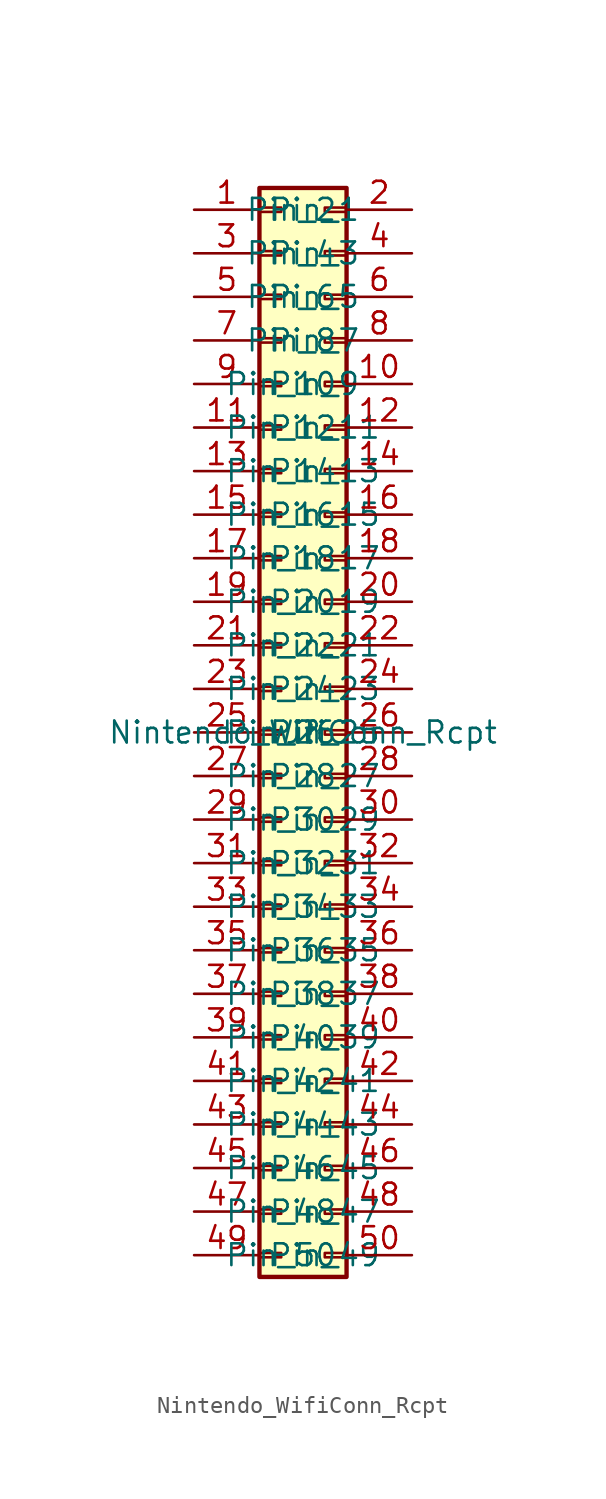
<source format=kicad_sym>
(kicad_symbol_lib
  (version 20231120)
  (generator "kicad_symbol_editor")
  (generator_version "8.0")
  (symbol "Nintendo_WifiConn_Rcpt"
    (property "Reference" "J"
      (at 0 0 0)
      (effects (font (size 1.27 1.27))))
    (property "Value" "Nintendo_WifiConn_Rcpt"
      (at 0 0 0)
      (effects (font (size 1.27 1.27))))
    (symbol "Nintendo_WifiConn_Rcpt_1_1"
      (rectangle (start -2.54 -30.353) (end -1.27 -30.607) (stroke (width 0.152) (type default)) (fill (type none)))
      (rectangle (start -2.54 -27.813) (end -1.27 -28.067) (stroke (width 0.152) (type default)) (fill (type none)))
      (rectangle (start -2.54 -25.273) (end -1.27 -25.527) (stroke (width 0.152) (type default)) (fill (type none)))
      (rectangle (start -2.54 -22.733) (end -1.27 -22.987) (stroke (width 0.152) (type default)) (fill (type none)))
      (rectangle (start -2.54 -20.193) (end -1.27 -20.447) (stroke (width 0.152) (type default)) (fill (type none)))
      (rectangle (start -2.54 -17.653) (end -1.27 -17.907) (stroke (width 0.152) (type default)) (fill (type none)))
      (rectangle (start -2.54 -15.113) (end -1.27 -15.367) (stroke (width 0.152) (type default)) (fill (type none)))
      (rectangle (start -2.54 -12.573) (end -1.27 -12.827) (stroke (width 0.152) (type default)) (fill (type none)))
      (rectangle (start -2.54 -10.033) (end -1.27 -10.287) (stroke (width 0.152) (type default)) (fill (type none)))
      (rectangle (start -2.54 -7.493) (end -1.27 -7.747) (stroke (width 0.152) (type default)) (fill (type none)))
      (rectangle (start -2.54 -4.953) (end -1.27 -5.207) (stroke (width 0.152) (type default)) (fill (type none)))
      (rectangle (start -2.54 -2.413) (end -1.27 -2.667) (stroke (width 0.152) (type default)) (fill (type none)))
      (rectangle (start -2.54 0.127) (end -1.27 -0.127) (stroke (width 0.152) (type default)) (fill (type none)))
      (rectangle (start -2.54 2.667) (end -1.27 2.413) (stroke (width 0.152) (type default)) (fill (type none)))
      (rectangle (start -2.54 5.207) (end -1.27 4.953) (stroke (width 0.152) (type default)) (fill (type none)))
      (rectangle (start -2.54 7.747) (end -1.27 7.493) (stroke (width 0.152) (type default)) (fill (type none)))
      (rectangle (start -2.54 10.287) (end -1.27 10.033) (stroke (width 0.152) (type default)) (fill (type none)))
      (rectangle (start -2.54 12.827) (end -1.27 12.573) (stroke (width 0.152) (type default)) (fill (type none)))
      (rectangle (start -2.54 15.367) (end -1.27 15.113) (stroke (width 0.152) (type default)) (fill (type none)))
      (rectangle (start -2.54 17.907) (end -1.27 17.653) (stroke (width 0.152) (type default)) (fill (type none)))
      (rectangle (start -2.54 20.447) (end -1.27 20.193) (stroke (width 0.152) (type default)) (fill (type none)))
      (rectangle (start -2.54 22.987) (end -1.27 22.733) (stroke (width 0.152) (type default)) (fill (type none)))
      (rectangle (start -2.54 25.527) (end -1.27 25.273) (stroke (width 0.152) (type default)) (fill (type none)))
      (rectangle (start -2.54 28.067) (end -1.27 27.813) (stroke (width 0.152) (type default)) (fill (type none)))
      (rectangle (start -2.54 30.607) (end -1.27 30.353) (stroke (width 0.152) (type default)) (fill (type none)))
      (rectangle (start -2.54 31.75) (end 2.54 -31.75) (stroke (width 0.254) (type default)) (fill (type background)))
      (rectangle (start 2.54 -30.353) (end 1.27 -30.607) (stroke (width 0.152) (type default)) (fill (type none)))
      (rectangle (start 2.54 -27.813) (end 1.27 -28.067) (stroke (width 0.152) (type default)) (fill (type none)))
      (rectangle (start 2.54 -25.273) (end 1.27 -25.527) (stroke (width 0.152) (type default)) (fill (type none)))
      (rectangle (start 2.54 -22.733) (end 1.27 -22.987) (stroke (width 0.152) (type default)) (fill (type none)))
      (rectangle (start 2.54 -20.193) (end 1.27 -20.447) (stroke (width 0.152) (type default)) (fill (type none)))
      (rectangle (start 2.54 -17.653) (end 1.27 -17.907) (stroke (width 0.152) (type default)) (fill (type none)))
      (rectangle (start 2.54 -15.113) (end 1.27 -15.367) (stroke (width 0.152) (type default)) (fill (type none)))
      (rectangle (start 2.54 -12.573) (end 1.27 -12.827) (stroke (width 0.152) (type default)) (fill (type none)))
      (rectangle (start 2.54 -10.033) (end 1.27 -10.287) (stroke (width 0.152) (type default)) (fill (type none)))
      (rectangle (start 2.54 -7.493) (end 1.27 -7.747) (stroke (width 0.152) (type default)) (fill (type none)))
      (rectangle (start 2.54 -4.953) (end 1.27 -5.207) (stroke (width 0.152) (type default)) (fill (type none)))
      (rectangle (start 2.54 -2.413) (end 1.27 -2.667) (stroke (width 0.152) (type default)) (fill (type none)))
      (rectangle (start 2.54 0.127) (end 1.27 -0.127) (stroke (width 0.152) (type default)) (fill (type none)))
      (rectangle (start 2.54 2.667) (end 1.27 2.413) (stroke (width 0.152) (type default)) (fill (type none)))
      (rectangle (start 2.54 5.207) (end 1.27 4.953) (stroke (width 0.152) (type default)) (fill (type none)))
      (rectangle (start 2.54 7.747) (end 1.27 7.493) (stroke (width 0.152) (type default)) (fill (type none)))
      (rectangle (start 2.54 10.287) (end 1.27 10.033) (stroke (width 0.152) (type default)) (fill (type none)))
      (rectangle (start 2.54 12.827) (end 1.27 12.573) (stroke (width 0.152) (type default)) (fill (type none)))
      (rectangle (start 2.54 15.367) (end 1.27 15.113) (stroke (width 0.152) (type default)) (fill (type none)))
      (rectangle (start 2.54 17.907) (end 1.27 17.653) (stroke (width 0.152) (type default)) (fill (type none)))
      (rectangle (start 2.54 20.447) (end 1.27 20.193) (stroke (width 0.152) (type default)) (fill (type none)))
      (rectangle (start 2.54 22.987) (end 1.27 22.733) (stroke (width 0.152) (type default)) (fill (type none)))
      (rectangle (start 2.54 25.527) (end 1.27 25.273) (stroke (width 0.152) (type default)) (fill (type none)))
      (rectangle (start 2.54 28.067) (end 1.27 27.813) (stroke (width 0.152) (type default)) (fill (type none)))
      (rectangle (start 2.54 30.607) (end 1.27 30.353) (stroke (width 0.152) (type default)) (fill (type none)))
      (pin passive line (at -6.35 30.48 0) (length 3.81) (name "Pin_1" (effects (font (size 1.27 1.27)))) (number "1" (effects (font (size 1.27 1.27)))))
      (pin passive line (at 6.35 20.32 180) (length 3.81) (name "Pin_10" (effects (font (size 1.27 1.27)))) (number "10" (effects (font (size 1.27 1.27)))))
      (pin passive line (at -6.35 17.78 0) (length 3.81) (name "Pin_11" (effects (font (size 1.27 1.27)))) (number "11" (effects (font (size 1.27 1.27)))))
      (pin passive line (at 6.35 17.78 180) (length 3.81) (name "Pin_12" (effects (font (size 1.27 1.27)))) (number "12" (effects (font (size 1.27 1.27)))))
      (pin passive line (at -6.35 15.24 0) (length 3.81) (name "Pin_13" (effects (font (size 1.27 1.27)))) (number "13" (effects (font (size 1.27 1.27)))))
      (pin passive line (at 6.35 15.24 180) (length 3.81) (name "Pin_14" (effects (font (size 1.27 1.27)))) (number "14" (effects (font (size 1.27 1.27)))))
      (pin passive line (at -6.35 12.7 0) (length 3.81) (name "Pin_15" (effects (font (size 1.27 1.27)))) (number "15" (effects (font (size 1.27 1.27)))))
      (pin passive line (at 6.35 12.7 180) (length 3.81) (name "Pin_16" (effects (font (size 1.27 1.27)))) (number "16" (effects (font (size 1.27 1.27)))))
      (pin passive line (at -6.35 10.16 0) (length 3.81) (name "Pin_17" (effects (font (size 1.27 1.27)))) (number "17" (effects (font (size 1.27 1.27)))))
      (pin passive line (at 6.35 10.16 180) (length 3.81) (name "Pin_18" (effects (font (size 1.27 1.27)))) (number "18" (effects (font (size 1.27 1.27)))))
      (pin passive line (at -6.35 7.62 0) (length 3.81) (name "Pin_19" (effects (font (size 1.27 1.27)))) (number "19" (effects (font (size 1.27 1.27)))))
      (pin passive line (at 6.35 30.48 180) (length 3.81) (name "Pin_2" (effects (font (size 1.27 1.27)))) (number "2" (effects (font (size 1.27 1.27)))))
      (pin passive line (at 6.35 7.62 180) (length 3.81) (name "Pin_20" (effects (font (size 1.27 1.27)))) (number "20" (effects (font (size 1.27 1.27)))))
      (pin passive line (at -6.35 5.08 0) (length 3.81) (name "Pin_21" (effects (font (size 1.27 1.27)))) (number "21" (effects (font (size 1.27 1.27)))))
      (pin passive line (at 6.35 5.08 180) (length 3.81) (name "Pin_22" (effects (font (size 1.27 1.27)))) (number "22" (effects (font (size 1.27 1.27)))))
      (pin passive line (at -6.35 2.54 0) (length 3.81) (name "Pin_23" (effects (font (size 1.27 1.27)))) (number "23" (effects (font (size 1.27 1.27)))))
      (pin passive line (at 6.35 2.54 180) (length 3.81) (name "Pin_24" (effects (font (size 1.27 1.27)))) (number "24" (effects (font (size 1.27 1.27)))))
      (pin passive line (at -6.35 0 0) (length 3.81) (name "Pin_25" (effects (font (size 1.27 1.27)))) (number "25" (effects (font (size 1.27 1.27)))))
      (pin passive line (at 6.35 0 180) (length 3.81) (name "Pin_26" (effects (font (size 1.27 1.27)))) (number "26" (effects (font (size 1.27 1.27)))))
      (pin passive line (at -6.35 -2.54 0) (length 3.81) (name "Pin_27" (effects (font (size 1.27 1.27)))) (number "27" (effects (font (size 1.27 1.27)))))
      (pin passive line (at 6.35 -2.54 180) (length 3.81) (name "Pin_28" (effects (font (size 1.27 1.27)))) (number "28" (effects (font (size 1.27 1.27)))))
      (pin passive line (at -6.35 -5.08 0) (length 3.81) (name "Pin_29" (effects (font (size 1.27 1.27)))) (number "29" (effects (font (size 1.27 1.27)))))
      (pin passive line (at -6.35 27.94 0) (length 3.81) (name "Pin_3" (effects (font (size 1.27 1.27)))) (number "3" (effects (font (size 1.27 1.27)))))
      (pin passive line (at 6.35 -5.08 180) (length 3.81) (name "Pin_30" (effects (font (size 1.27 1.27)))) (number "30" (effects (font (size 1.27 1.27)))))
      (pin passive line (at -6.35 -7.62 0) (length 3.81) (name "Pin_31" (effects (font (size 1.27 1.27)))) (number "31" (effects (font (size 1.27 1.27)))))
      (pin passive line (at 6.35 -7.62 180) (length 3.81) (name "Pin_32" (effects (font (size 1.27 1.27)))) (number "32" (effects (font (size 1.27 1.27)))))
      (pin passive line (at -6.35 -10.16 0) (length 3.81) (name "Pin_33" (effects (font (size 1.27 1.27)))) (number "33" (effects (font (size 1.27 1.27)))))
      (pin passive line (at 6.35 -10.16 180) (length 3.81) (name "Pin_34" (effects (font (size 1.27 1.27)))) (number "34" (effects (font (size 1.27 1.27)))))
      (pin passive line (at -6.35 -12.7 0) (length 3.81) (name "Pin_35" (effects (font (size 1.27 1.27)))) (number "35" (effects (font (size 1.27 1.27)))))
      (pin passive line (at 6.35 -12.7 180) (length 3.81) (name "Pin_36" (effects (font (size 1.27 1.27)))) (number "36" (effects (font (size 1.27 1.27)))))
      (pin passive line (at -6.35 -15.24 0) (length 3.81) (name "Pin_37" (effects (font (size 1.27 1.27)))) (number "37" (effects (font (size 1.27 1.27)))))
      (pin passive line (at 6.35 -15.24 180) (length 3.81) (name "Pin_38" (effects (font (size 1.27 1.27)))) (number "38" (effects (font (size 1.27 1.27)))))
      (pin passive line (at -6.35 -17.78 0) (length 3.81) (name "Pin_39" (effects (font (size 1.27 1.27)))) (number "39" (effects (font (size 1.27 1.27)))))
      (pin passive line (at 6.35 27.94 180) (length 3.81) (name "Pin_4" (effects (font (size 1.27 1.27)))) (number "4" (effects (font (size 1.27 1.27)))))
      (pin passive line (at 6.35 -17.78 180) (length 3.81) (name "Pin_40" (effects (font (size 1.27 1.27)))) (number "40" (effects (font (size 1.27 1.27)))))
      (pin passive line (at -6.35 -20.32 0) (length 3.81) (name "Pin_41" (effects (font (size 1.27 1.27)))) (number "41" (effects (font (size 1.27 1.27)))))
      (pin passive line (at 6.35 -20.32 180) (length 3.81) (name "Pin_42" (effects (font (size 1.27 1.27)))) (number "42" (effects (font (size 1.27 1.27)))))
      (pin passive line (at -6.35 -22.86 0) (length 3.81) (name "Pin_43" (effects (font (size 1.27 1.27)))) (number "43" (effects (font (size 1.27 1.27)))))
      (pin passive line (at 6.35 -22.86 180) (length 3.81) (name "Pin_44" (effects (font (size 1.27 1.27)))) (number "44" (effects (font (size 1.27 1.27)))))
      (pin passive line (at -6.35 -25.4 0) (length 3.81) (name "Pin_45" (effects (font (size 1.27 1.27)))) (number "45" (effects (font (size 1.27 1.27)))))
      (pin passive line (at 6.35 -25.4 180) (length 3.81) (name "Pin_46" (effects (font (size 1.27 1.27)))) (number "46" (effects (font (size 1.27 1.27)))))
      (pin passive line (at -6.35 -27.94 0) (length 3.81) (name "Pin_47" (effects (font (size 1.27 1.27)))) (number "47" (effects (font (size 1.27 1.27)))))
      (pin passive line (at 6.35 -27.94 180) (length 3.81) (name "Pin_48" (effects (font (size 1.27 1.27)))) (number "48" (effects (font (size 1.27 1.27)))))
      (pin passive line (at -6.35 -30.48 0) (length 3.81) (name "Pin_49" (effects (font (size 1.27 1.27)))) (number "49" (effects (font (size 1.27 1.27)))))
      (pin passive line (at -6.35 25.4 0) (length 3.81) (name "Pin_5" (effects (font (size 1.27 1.27)))) (number "5" (effects (font (size 1.27 1.27)))))
      (pin passive line (at 6.35 -30.48 180) (length 3.81) (name "Pin_50" (effects (font (size 1.27 1.27)))) (number "50" (effects (font (size 1.27 1.27)))))
      (pin passive line (at 6.35 25.4 180) (length 3.81) (name "Pin_6" (effects (font (size 1.27 1.27)))) (number "6" (effects (font (size 1.27 1.27)))))
      (pin passive line (at -6.35 22.86 0) (length 3.81) (name "Pin_7" (effects (font (size 1.27 1.27)))) (number "7" (effects (font (size 1.27 1.27)))))
      (pin passive line (at 6.35 22.86 180) (length 3.81) (name "Pin_8" (effects (font (size 1.27 1.27)))) (number "8" (effects (font (size 1.27 1.27)))))
      (pin passive line (at -6.35 20.32 0) (length 3.81) (name "Pin_9" (effects (font (size 1.27 1.27)))) (number "9" (effects (font (size 1.27 1.27))))))))
</source>
